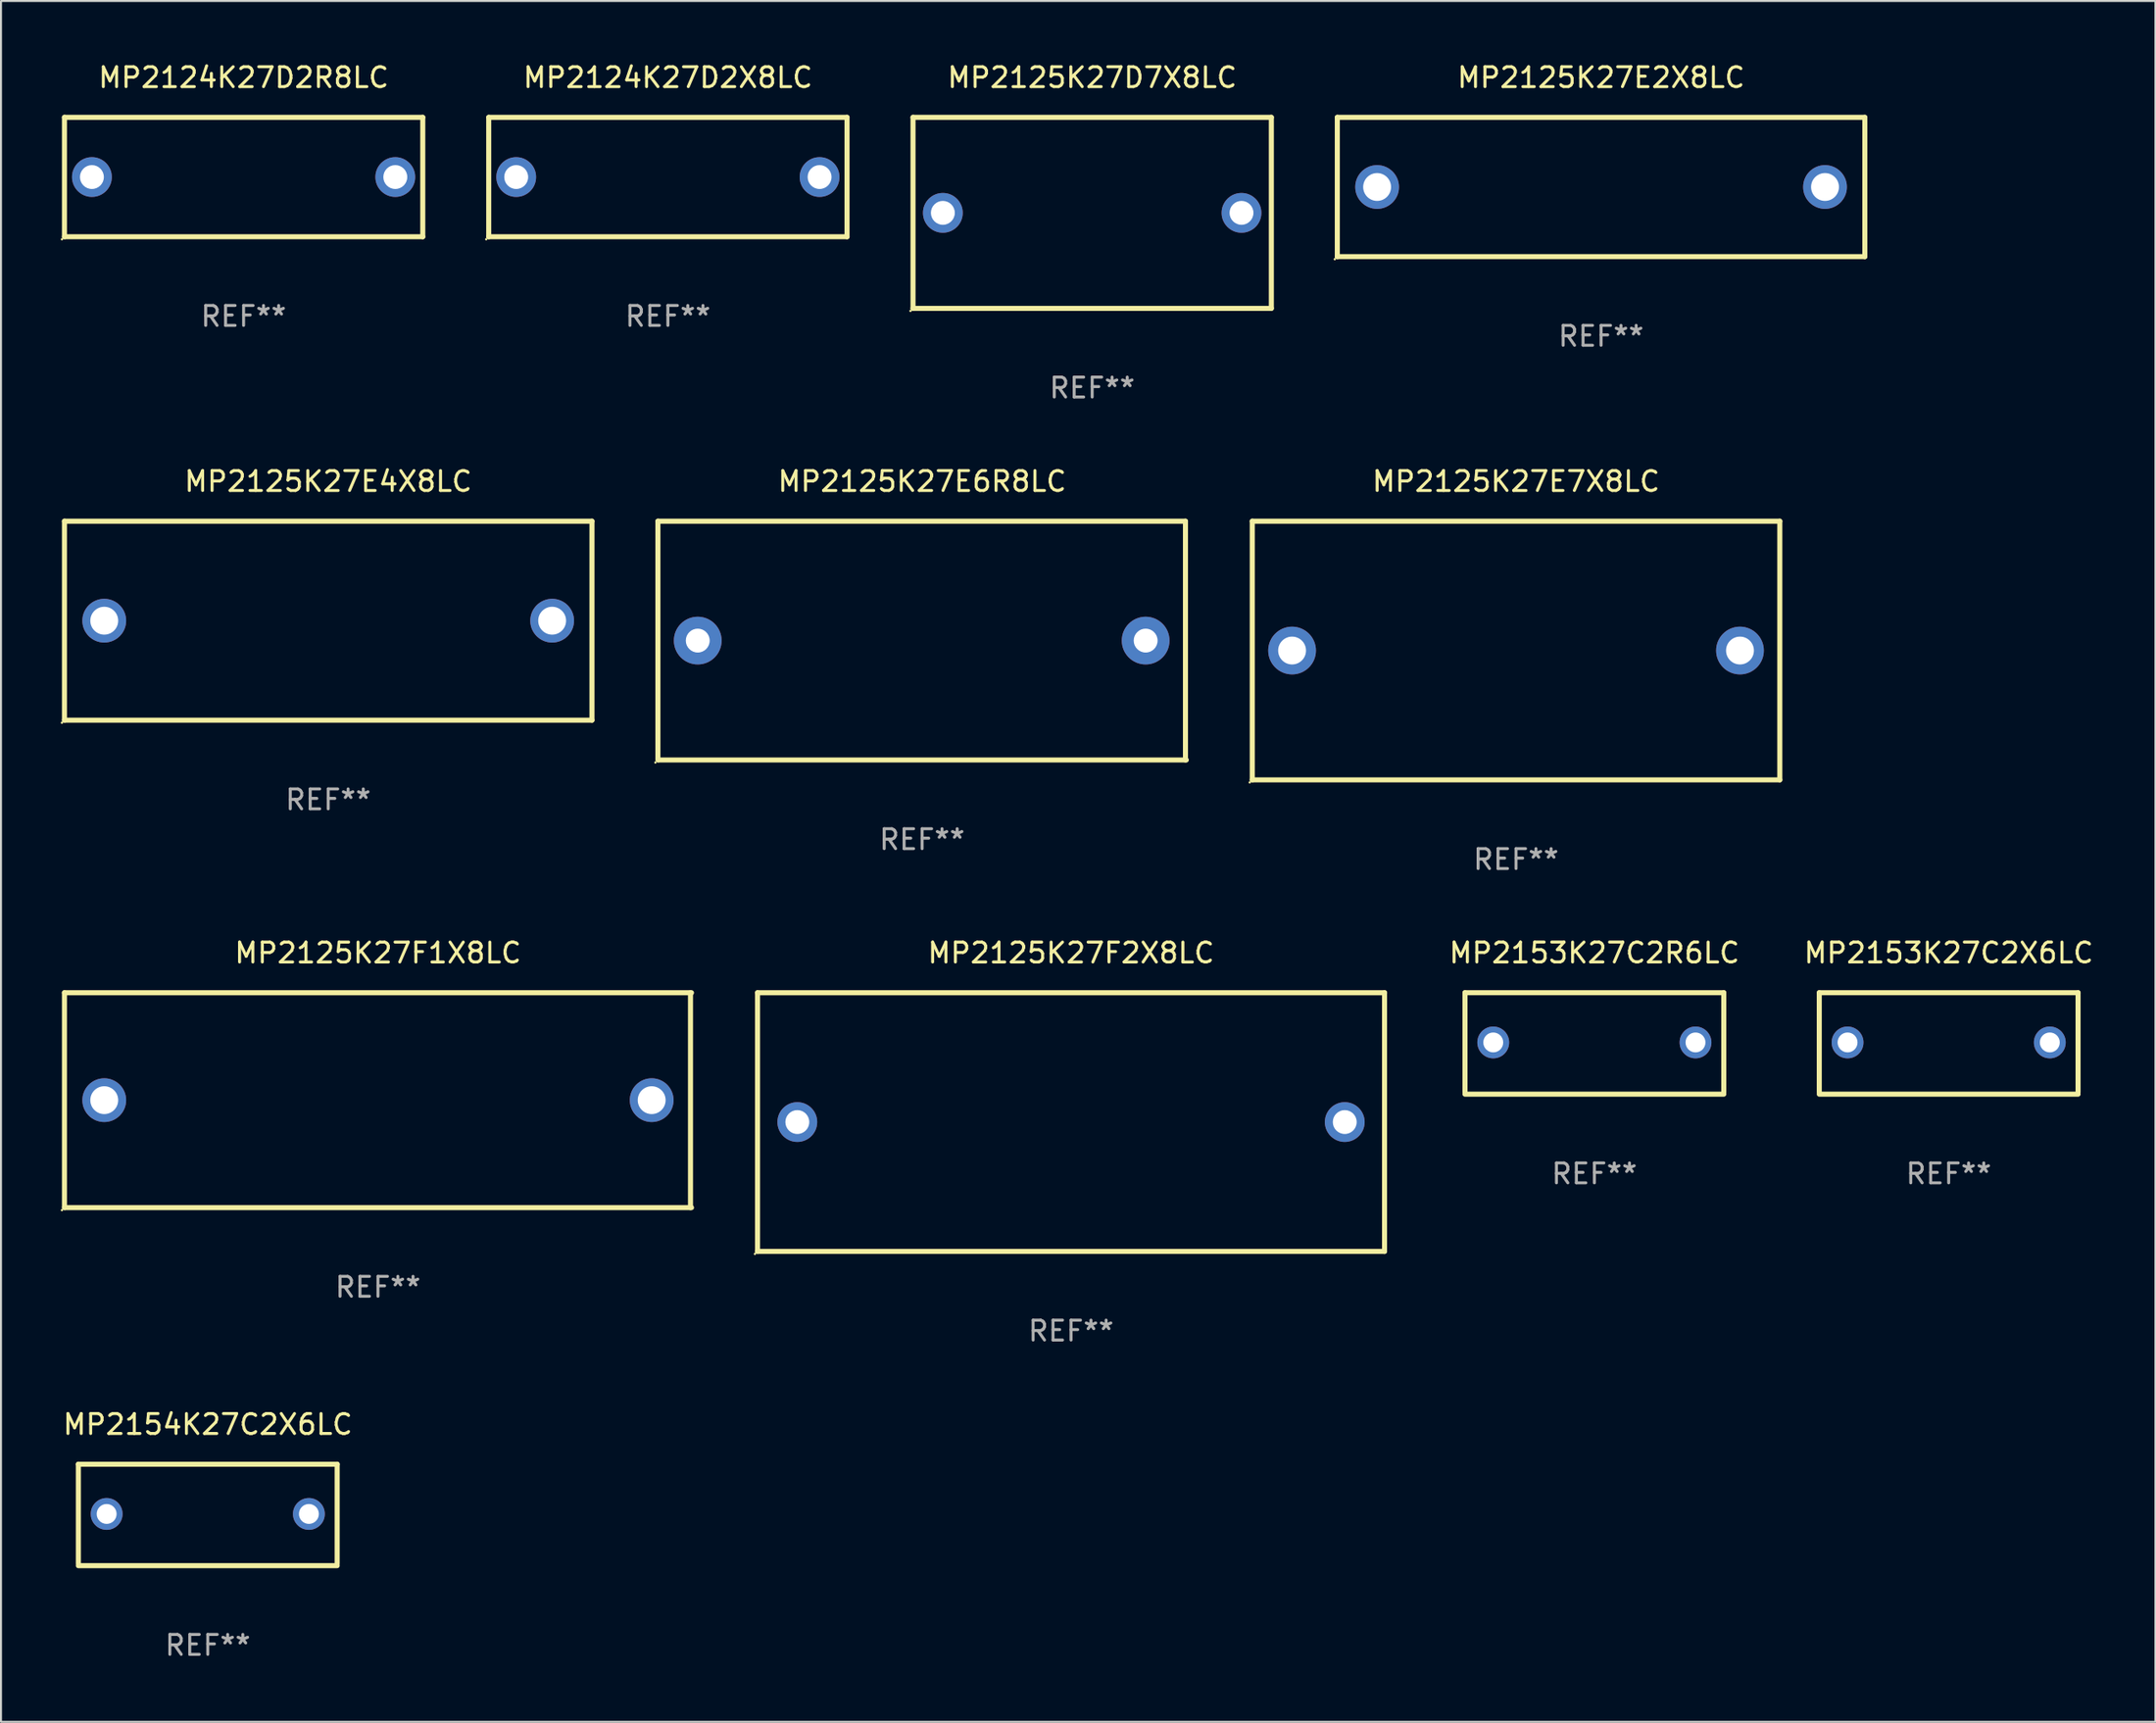
<source format=kicad_pcb>
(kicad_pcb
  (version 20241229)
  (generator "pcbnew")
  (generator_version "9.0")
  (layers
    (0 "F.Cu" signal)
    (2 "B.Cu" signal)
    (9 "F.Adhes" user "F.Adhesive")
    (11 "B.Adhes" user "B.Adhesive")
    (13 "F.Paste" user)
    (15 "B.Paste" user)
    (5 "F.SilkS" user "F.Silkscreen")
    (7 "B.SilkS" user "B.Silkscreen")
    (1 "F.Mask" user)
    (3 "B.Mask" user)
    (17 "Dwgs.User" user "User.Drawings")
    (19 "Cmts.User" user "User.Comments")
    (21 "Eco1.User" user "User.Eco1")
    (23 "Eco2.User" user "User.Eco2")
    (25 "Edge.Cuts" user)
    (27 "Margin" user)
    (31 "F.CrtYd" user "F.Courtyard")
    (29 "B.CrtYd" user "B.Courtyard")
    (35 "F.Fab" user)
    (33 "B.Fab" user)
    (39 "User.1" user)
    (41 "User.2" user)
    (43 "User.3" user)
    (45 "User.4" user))
  (footprint "MP2124K27D2R8LC"
    (layer "F.Cu")
    (at 9.187 5.848)
    (property "Reference" "MP2124K27D2R8LC" (at 0 -5 0) (layer "F.SilkS") (effects (font (size 1 1) (thickness 0.15))))
    (attr through_hole)
    (fp_line (start -9 -3) (end 9 -3) (stroke (width 0.254) (type solid)) (layer "F.SilkS"))
    (fp_line (start -9 3) (end -9 -3) (stroke (width 0.254) (type solid)) (layer "F.SilkS"))
    (fp_line (start 9 -3) (end 9 3) (stroke (width 0.254) (type solid)) (layer "F.SilkS"))
    (fp_line (start 9 3) (end -9 3) (stroke (width 0.254) (type solid)) (layer "F.SilkS"))
    (fp_circle (center -9.127 3.127) (end -9.097 3.127) (stroke (width 0.06) (type solid)) (fill no) (layer "F.SilkS"))
    (fp_text user "REF**" (at 0 7 0) (layer "F.Fab") (effects (font (size 1 1) (thickness 0.15))))
    (pad "1" thru_hole circle (at -7.62 0) (size 2 2) (drill 1.2) (layers "*.Cu" "*.Mask"))
    (pad "2" thru_hole circle (at 7.62 0) (size 2 2) (drill 1.2) (layers "*.Cu" "*.Mask")))
  (footprint "MP2124K27D2X8LC"
    (layer "F.Cu")
    (at 30.501 5.848)
    (property "Reference" "MP2124K27D2X8LC" (at 0 -5 0) (layer "F.SilkS") (effects (font (size 1 1) (thickness 0.15))))
    (attr through_hole)
    (fp_line (start -9 -3) (end 9 -3) (stroke (width 0.254) (type solid)) (layer "F.SilkS"))
    (fp_line (start -9 3) (end -9 -3) (stroke (width 0.254) (type solid)) (layer "F.SilkS"))
    (fp_line (start 9 -3) (end 9 3) (stroke (width 0.254) (type solid)) (layer "F.SilkS"))
    (fp_line (start 9 3) (end -9 3) (stroke (width 0.254) (type solid)) (layer "F.SilkS"))
    (fp_circle (center -9.127 3.127) (end -9.097 3.127) (stroke (width 0.06) (type solid)) (fill no) (layer "F.SilkS"))
    (fp_text user "REF**" (at 0 7 0) (layer "F.Fab") (effects (font (size 1 1) (thickness 0.15))))
    (pad "1" thru_hole circle (at -7.62 0) (size 2 2) (drill 1.2) (layers "*.Cu" "*.Mask"))
    (pad "2" thru_hole circle (at 7.62 0) (size 2 2) (drill 1.2) (layers "*.Cu" "*.Mask")))
  (footprint "MP2125K27E2X8LC"
    (layer "F.Cu")
    (at 77.379 6.348)
    (property "Reference" "MP2125K27E2X8LC" (at 0 -5.5 0) (layer "F.SilkS") (effects (font (size 1 1) (thickness 0.15))))
    (attr through_hole)
    (fp_line (start -13.25 -3.5) (end 13.25 -3.5) (stroke (width 0.254) (type solid)) (layer "F.SilkS"))
    (fp_line (start -13.25 3.5) (end -13.25 -3.5) (stroke (width 0.254) (type solid)) (layer "F.SilkS"))
    (fp_line (start 13.25 -3.5) (end 13.25 3.5) (stroke (width 0.254) (type solid)) (layer "F.SilkS"))
    (fp_line (start 13.25 3.5) (end -13.25 3.5) (stroke (width 0.254) (type solid)) (layer "F.SilkS"))
    (fp_circle (center -13.377 3.627) (end -13.347 3.627) (stroke (width 0.06) (type solid)) (fill no) (layer "F.SilkS"))
    (fp_text user "REF**" (at 0 7.5 0) (layer "F.Fab") (effects (font (size 1 1) (thickness 0.15))))
    (pad "1" thru_hole circle (at -11.25 0) (size 2.2 2.2) (drill 1.4) (layers "*.Cu" "*.Mask"))
    (pad "2" thru_hole circle (at 11.25 0) (size 2.2 2.2) (drill 1.4) (layers "*.Cu" "*.Mask")))
  (footprint "MP2125K27E6R8LC"
    (layer "F.Cu")
    (at 43.272 29.145)
    (property "Reference" "MP2125K27E6R8LC" (at 0 -8 0) (layer "F.SilkS") (effects (font (size 1 1) (thickness 0.15))))
    (attr through_hole)
    (fp_line (start -13.271 -6) (end 13.229 -6) (stroke (width 0.254) (type solid)) (layer "F.SilkS"))
    (fp_line (start -13.271 6) (end -13.271 -6) (stroke (width 0.254) (type solid)) (layer "F.SilkS"))
    (fp_line (start 13.229 -6) (end 13.229 6) (stroke (width 0.254) (type solid)) (layer "F.SilkS"))
    (fp_line (start 13.271 6) (end -13.229 6) (stroke (width 0.254) (type solid)) (layer "F.SilkS"))
    (fp_circle (center -13.398 6.127) (end -13.368 6.127) (stroke (width 0.06) (type solid)) (fill no) (layer "F.SilkS"))
    (fp_text user "REF**" (at 0 10 0) (layer "F.Fab") (effects (font (size 1 1) (thickness 0.15))))
    (pad "1" thru_hole circle (at -11.271 0) (size 2.4 2.4) (drill 1.2) (layers "*.Cu" "*.Mask"))
    (pad "2" thru_hole circle (at 11.229 0) (size 2.4 2.4) (drill 1.2) (layers "*.Cu" "*.Mask")))
  (footprint "MP2125K27F2X8LC"
    (layer "F.Cu")
    (at 50.753 53.342)
    (property "Reference" "MP2125K27F2X8LC" (at 0 -8.5 0) (layer "F.SilkS") (effects (font (size 1 1) (thickness 0.15))))
    (attr through_hole)
    (fp_line (start -15.748 -6.5) (end 15.752 -6.5) (stroke (width 0.254) (type solid)) (layer "F.SilkS"))
    (fp_line (start -15.748 6.5) (end -15.748 -6.5) (stroke (width 0.254) (type solid)) (layer "F.SilkS"))
    (fp_line (start 15.748 -6.5) (end 15.748 6.5) (stroke (width 0.254) (type solid)) (layer "F.SilkS"))
    (fp_line (start 15.748 6.5) (end -15.752 6.5) (stroke (width 0.254) (type solid)) (layer "F.SilkS"))
    (fp_circle (center -15.879 6.627) (end -15.849 6.627) (stroke (width 0.06) (type solid)) (fill no) (layer "F.SilkS"))
    (fp_text user "REF**" (at 0 10.5 0) (layer "F.Fab") (effects (font (size 1 1) (thickness 0.15))))
    (pad "1" thru_hole circle (at -13.75 0) (size 2 2) (drill 1.2) (layers "*.Cu" "*.Mask"))
    (pad "2" thru_hole circle (at 13.75 0) (size 2 2) (drill 1.2) (layers "*.Cu" "*.Mask")))
  (footprint "MP2125K27F1X8LC"
    (layer "F.Cu")
    (at 15.937 52.242)
    (property "Reference" "MP2125K27F1X8LC" (at 0 -7.4 0) (layer "F.SilkS") (effects (font (size 1 1) (thickness 0.15))))
    (attr through_hole)
    (fp_line (start -15.75 -5.4) (end 15.75 -5.4) (stroke (width 0.254) (type solid)) (layer "F.SilkS"))
    (fp_line (start -15.75 5.4) (end -15.75 -5.4) (stroke (width 0.254) (type solid)) (layer "F.SilkS"))
    (fp_line (start 15.7 -5.4) (end 15.7 5.4) (stroke (width 0.254) (type solid)) (layer "F.SilkS"))
    (fp_line (start 15.75 5.4) (end -15.75 5.4) (stroke (width 0.254) (type solid)) (layer "F.SilkS"))
    (fp_circle (center -15.877 5.527) (end -15.847 5.527) (stroke (width 0.06) (type solid)) (fill no) (layer "F.SilkS"))
    (fp_text user "REF**" (at 0 9.4 0) (layer "F.Fab") (effects (font (size 1 1) (thickness 0.15))))
    (pad "1" thru_hole circle (at -13.75 0) (size 2.2 2.2) (drill 1.4) (layers "*.Cu" "*.Mask"))
    (pad "2" thru_hole circle (at 13.75 0) (size 2.2 2.2) (drill 1.4) (layers "*.Cu" "*.Mask")))
  (footprint "MP2125K27E4X8LC"
    (layer "F.Cu")
    (at 13.437 28.145)
    (property "Reference" "MP2125K27E4X8LC" (at 0 -7 0) (layer "F.SilkS") (effects (font (size 1 1) (thickness 0.15))))
    (attr through_hole)
    (fp_line (start -13.25 -5) (end 13.25 -5) (stroke (width 0.254) (type solid)) (layer "F.SilkS"))
    (fp_line (start -13.25 5) (end -13.25 -5) (stroke (width 0.254) (type solid)) (layer "F.SilkS"))
    (fp_line (start 13.25 -5) (end 13.25 5) (stroke (width 0.254) (type solid)) (layer "F.SilkS"))
    (fp_line (start 13.25 5) (end -13.25 5) (stroke (width 0.254) (type solid)) (layer "F.SilkS"))
    (fp_circle (center -13.377 5.127) (end -13.347 5.127) (stroke (width 0.06) (type solid)) (fill no) (layer "F.SilkS"))
    (fp_text user "REF**" (at 0 9 0) (layer "F.Fab") (effects (font (size 1 1) (thickness 0.15))))
    (pad "1" thru_hole circle (at -11.25 0) (size 2.2 2.2) (drill 1.4) (layers "*.Cu" "*.Mask"))
    (pad "2" thru_hole circle (at 11.25 0) (size 2.2 2.2) (drill 1.4) (layers "*.Cu" "*.Mask")))
  (footprint "MP2154K27C2X6LC"
    (layer "F.Cu")
    (at 7.387 73.088)
    (property "Reference" "MP2154K27C2X6LC" (at 0 -4.55 0) (layer "F.SilkS") (effects (font (size 1 1) (thickness 0.15))))
    (attr through_hole)
    (fp_line (start -6.5 -2.55) (end 6.5 -2.55) (stroke (width 0.254) (type solid)) (layer "F.SilkS"))
    (fp_line (start -6.5 2.45) (end -6.5 -2.55) (stroke (width 0.254) (type solid)) (layer "F.SilkS"))
    (fp_line (start 6.5 -2.55) (end 6.5 2.45) (stroke (width 0.254) (type solid)) (layer "F.SilkS"))
    (fp_line (start 6.5 2.55) (end -6.5 2.55) (stroke (width 0.254) (type solid)) (layer "F.SilkS"))
    (fp_circle (center -6.5 2.45) (end -6.47 2.45) (stroke (width 0.06) (type solid)) (fill no) (layer "F.SilkS"))
    (fp_text user "REF**" (at 0 6.55 0) (layer "F.Fab") (effects (font (size 1 1) (thickness 0.15))))
    (pad "1" thru_hole circle (at -5.08 -0.05) (size 1.6 1.6) (drill 1) (layers "*.Cu" "*.Mask"))
    (pad "2" thru_hole circle (at 5.08 -0.05) (size 1.6 1.6) (drill 1) (layers "*.Cu" "*.Mask")))
  (footprint "MP2125K27D7X8LC"
    (layer "F.Cu")
    (at 51.815 7.648)
    (property "Reference" "MP2125K27D7X8LC" (at 0 -6.8 0) (layer "F.SilkS") (effects (font (size 1 1) (thickness 0.15))))
    (attr through_hole)
    (fp_line (start -9 -4.8) (end 9 -4.8) (stroke (width 0.254) (type solid)) (layer "F.SilkS"))
    (fp_line (start -9 4.8) (end -9 -4.8) (stroke (width 0.254) (type solid)) (layer "F.SilkS"))
    (fp_line (start 9 -4.8) (end 9 4.8) (stroke (width 0.254) (type solid)) (layer "F.SilkS"))
    (fp_line (start 9 4.8) (end -9 4.8) (stroke (width 0.254) (type solid)) (layer "F.SilkS"))
    (fp_circle (center -9.127 4.927) (end -9.097 4.927) (stroke (width 0.06) (type solid)) (fill no) (layer "F.SilkS"))
    (fp_text user "REF**" (at 0 8.8 0) (layer "F.Fab") (effects (font (size 1 1) (thickness 0.15))))
    (pad "1" thru_hole circle (at -7.501 0) (size 2 2) (drill 1.2) (layers "*.Cu" "*.Mask"))
    (pad "2" thru_hole circle (at 7.501 0) (size 2 2) (drill 1.2) (layers "*.Cu" "*.Mask")))
  (footprint "MP2153K27C2R6LC"
    (layer "F.Cu")
    (at 77.043 49.391)
    (property "Reference" "MP2153K27C2R6LC" (at 0 -4.55 0) (layer "F.SilkS") (effects (font (size 1 1) (thickness 0.15))))
    (attr through_hole)
    (fp_line (start -6.5 -2.55) (end 6.5 -2.55) (stroke (width 0.254) (type solid)) (layer "F.SilkS"))
    (fp_line (start -6.5 2.45) (end -6.5 -2.55) (stroke (width 0.254) (type solid)) (layer "F.SilkS"))
    (fp_line (start 6.5 -2.55) (end 6.5 2.45) (stroke (width 0.254) (type solid)) (layer "F.SilkS"))
    (fp_line (start 6.5 2.55) (end -6.5 2.55) (stroke (width 0.254) (type solid)) (layer "F.SilkS"))
    (fp_circle (center -6.5 2.45) (end -6.47 2.45) (stroke (width 0.06) (type solid)) (fill no) (layer "F.SilkS"))
    (fp_text user "REF**" (at 0 6.55 0) (layer "F.Fab") (effects (font (size 1 1) (thickness 0.15))))
    (pad "1" thru_hole circle (at -5.08 -0.05) (size 1.6 1.6) (drill 1) (layers "*.Cu" "*.Mask"))
    (pad "2" thru_hole circle (at 5.08 -0.05) (size 1.6 1.6) (drill 1) (layers "*.Cu" "*.Mask")))
  (footprint "MP2125K27E7X8LC"
    (layer "F.Cu")
    (at 73.107 29.645)
    (property "Reference" "MP2125K27E7X8LC" (at 0 -8.5 0) (layer "F.SilkS") (effects (font (size 1 1) (thickness 0.15))))
    (attr through_hole)
    (fp_line (start -13.25 -6.5) (end 13.25 -6.5) (stroke (width 0.254) (type solid)) (layer "F.SilkS"))
    (fp_line (start -13.25 6.5) (end -13.25 -6.5) (stroke (width 0.254) (type solid)) (layer "F.SilkS"))
    (fp_line (start 13.25 -6.5) (end 13.25 6.5) (stroke (width 0.254) (type solid)) (layer "F.SilkS"))
    (fp_line (start 13.25 6.5) (end -13.25 6.5) (stroke (width 0.254) (type solid)) (layer "F.SilkS"))
    (fp_circle (center -13.377 6.627) (end -13.347 6.627) (stroke (width 0.06) (type solid)) (fill no) (layer "F.SilkS"))
    (fp_text user "REF**" (at 0 10.5 0) (layer "F.Fab") (effects (font (size 1 1) (thickness 0.15))))
    (pad "1" thru_hole circle (at -11.25 0) (size 2.4 2.4) (drill 1.4) (layers "*.Cu" "*.Mask"))
    (pad "2" thru_hole circle (at 11.25 0) (size 2.4 2.4) (drill 1.4) (layers "*.Cu" "*.Mask")))
  (footprint "MP2153K27C2X6LC"
    (layer "F.Cu")
    (at 94.841 49.391)
    (property "Reference" "MP2153K27C2X6LC" (at 0 -4.55 0) (layer "F.SilkS") (effects (font (size 1 1) (thickness 0.15))))
    (attr through_hole)
    (fp_line (start -6.5 -2.55) (end 6.5 -2.55) (stroke (width 0.254) (type solid)) (layer "F.SilkS"))
    (fp_line (start -6.5 2.45) (end -6.5 -2.55) (stroke (width 0.254) (type solid)) (layer "F.SilkS"))
    (fp_line (start 6.5 -2.55) (end 6.5 2.45) (stroke (width 0.254) (type solid)) (layer "F.SilkS"))
    (fp_line (start 6.5 2.55) (end -6.5 2.55) (stroke (width 0.254) (type solid)) (layer "F.SilkS"))
    (fp_circle (center -6.5 2.45) (end -6.47 2.45) (stroke (width 0.06) (type solid)) (fill no) (layer "F.SilkS"))
    (fp_text user "REF**" (at 0 6.55 0) (layer "F.Fab") (effects (font (size 1 1) (thickness 0.15))))
    (pad "1" thru_hole circle (at -5.08 -0.05) (size 1.6 1.6) (drill 1) (layers "*.Cu" "*.Mask"))
    (pad "2" thru_hole circle (at 5.08 -0.05) (size 1.6 1.6) (drill 1) (layers "*.Cu" "*.Mask")))
  (gr_rect
    (start -3 -3)
    (end 105.227 83.486)
    (stroke (width 0.1) (type default))
    (fill no)
    (layer "Edge.Cuts")))
</source>
